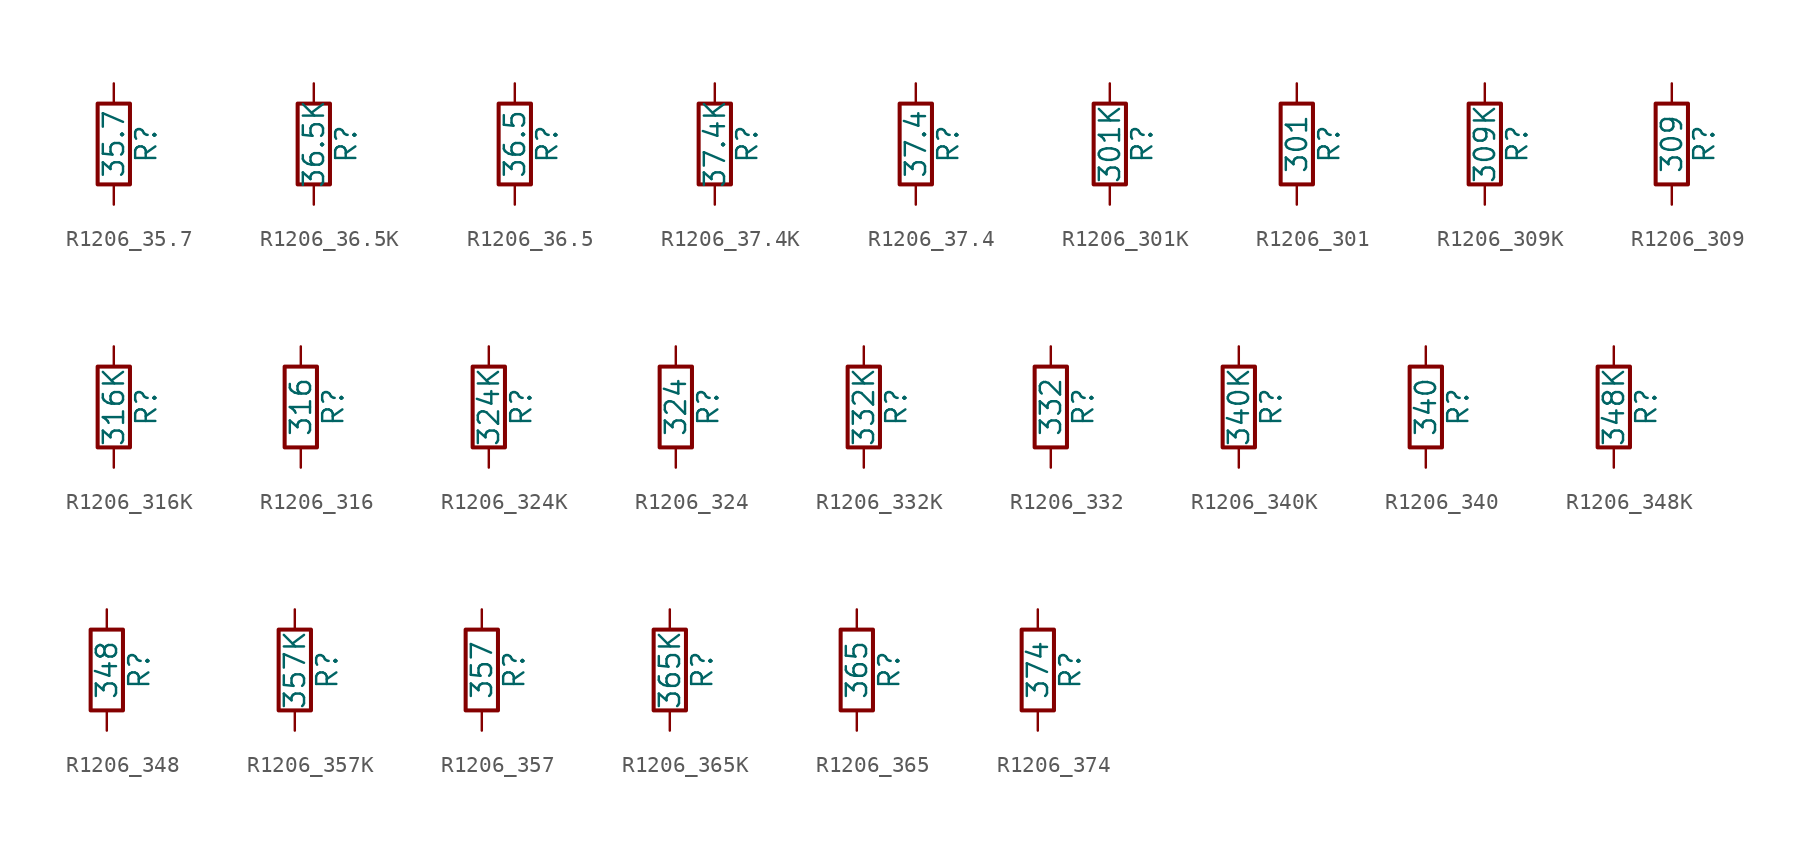
<source format=kicad_sym>
(kicad_symbol_lib
  (version 20211014)
  (generator atlantix-eda)
  (symbol "R1206_35.7"
    (pin_numbers hide)
    (pin_names
      (offset 0))
    (property "Reference" "R"
      (at 2.032 0 90)
      (effects (font (size 1.27 1.27))))
    (property "Value" "35.7"
      (at 0 0 90)
      (effects (font (size 1.27 1.27))))
    (symbol "R1206_35.7_0_1"
      (rectangle (start -1.016 -2.54) (end 1.016 2.54) (stroke (width 0.254) (type default) (color 0 0 0 0)) (fill (type none))))
    (symbol "R1206_35.7_1_1"
      (pin passive line (at 0 3.81 270) (length 1.27) (name "~" (effects (font (size 1.27 1.27)))) (number "1" (effects (font (size 1.27 1.27)))))
      (pin passive line (at 0 -3.81 90) (length 1.27) (name "~" (effects (font (size 1.27 1.27)))) (number "2" (effects (font (size 1.27 1.27)))))))
  (symbol "R1206_36.5K"
    (pin_numbers hide)
    (pin_names
      (offset 0))
    (property "Reference" "R"
      (at 2.032 0 90)
      (effects (font (size 1.27 1.27))))
    (property "Value" "36.5K"
      (at 0 0 90)
      (effects (font (size 1.27 1.27))))
    (symbol "R1206_36.5K_0_1"
      (rectangle (start -1.016 -2.54) (end 1.016 2.54) (stroke (width 0.254) (type default) (color 0 0 0 0)) (fill (type none))))
    (symbol "R1206_36.5K_1_1"
      (pin passive line (at 0 3.81 270) (length 1.27) (name "~" (effects (font (size 1.27 1.27)))) (number "1" (effects (font (size 1.27 1.27)))))
      (pin passive line (at 0 -3.81 90) (length 1.27) (name "~" (effects (font (size 1.27 1.27)))) (number "2" (effects (font (size 1.27 1.27)))))))
  (symbol "R1206_36.5"
    (pin_numbers hide)
    (pin_names
      (offset 0))
    (property "Reference" "R"
      (at 2.032 0 90)
      (effects (font (size 1.27 1.27))))
    (property "Value" "36.5"
      (at 0 0 90)
      (effects (font (size 1.27 1.27))))
    (symbol "R1206_36.5_0_1"
      (rectangle (start -1.016 -2.54) (end 1.016 2.54) (stroke (width 0.254) (type default) (color 0 0 0 0)) (fill (type none))))
    (symbol "R1206_36.5_1_1"
      (pin passive line (at 0 3.81 270) (length 1.27) (name "~" (effects (font (size 1.27 1.27)))) (number "1" (effects (font (size 1.27 1.27)))))
      (pin passive line (at 0 -3.81 90) (length 1.27) (name "~" (effects (font (size 1.27 1.27)))) (number "2" (effects (font (size 1.27 1.27)))))))
  (symbol "R1206_37.4K"
    (pin_numbers hide)
    (pin_names
      (offset 0))
    (property "Reference" "R"
      (at 2.032 0 90)
      (effects (font (size 1.27 1.27))))
    (property "Value" "37.4K"
      (at 0 0 90)
      (effects (font (size 1.27 1.27))))
    (symbol "R1206_37.4K_0_1"
      (rectangle (start -1.016 -2.54) (end 1.016 2.54) (stroke (width 0.254) (type default) (color 0 0 0 0)) (fill (type none))))
    (symbol "R1206_37.4K_1_1"
      (pin passive line (at 0 3.81 270) (length 1.27) (name "~" (effects (font (size 1.27 1.27)))) (number "1" (effects (font (size 1.27 1.27)))))
      (pin passive line (at 0 -3.81 90) (length 1.27) (name "~" (effects (font (size 1.27 1.27)))) (number "2" (effects (font (size 1.27 1.27)))))))
  (symbol "R1206_37.4"
    (pin_numbers hide)
    (pin_names
      (offset 0))
    (property "Reference" "R"
      (at 2.032 0 90)
      (effects (font (size 1.27 1.27))))
    (property "Value" "37.4"
      (at 0 0 90)
      (effects (font (size 1.27 1.27))))
    (symbol "R1206_37.4_0_1"
      (rectangle (start -1.016 -2.54) (end 1.016 2.54) (stroke (width 0.254) (type default) (color 0 0 0 0)) (fill (type none))))
    (symbol "R1206_37.4_1_1"
      (pin passive line (at 0 3.81 270) (length 1.27) (name "~" (effects (font (size 1.27 1.27)))) (number "1" (effects (font (size 1.27 1.27)))))
      (pin passive line (at 0 -3.81 90) (length 1.27) (name "~" (effects (font (size 1.27 1.27)))) (number "2" (effects (font (size 1.27 1.27)))))))
  (symbol "R1206_301K"
    (pin_numbers hide)
    (pin_names
      (offset 0))
    (property "Reference" "R"
      (at 2.032 0 90)
      (effects (font (size 1.27 1.27))))
    (property "Value" "301K"
      (at 0 0 90)
      (effects (font (size 1.27 1.27))))
    (symbol "R1206_301K_0_1"
      (rectangle (start -1.016 -2.54) (end 1.016 2.54) (stroke (width 0.254) (type default) (color 0 0 0 0)) (fill (type none))))
    (symbol "R1206_301K_1_1"
      (pin passive line (at 0 3.81 270) (length 1.27) (name "~" (effects (font (size 1.27 1.27)))) (number "1" (effects (font (size 1.27 1.27)))))
      (pin passive line (at 0 -3.81 90) (length 1.27) (name "~" (effects (font (size 1.27 1.27)))) (number "2" (effects (font (size 1.27 1.27)))))))
  (symbol "R1206_301"
    (pin_numbers hide)
    (pin_names
      (offset 0))
    (property "Reference" "R"
      (at 2.032 0 90)
      (effects (font (size 1.27 1.27))))
    (property "Value" "301"
      (at 0 0 90)
      (effects (font (size 1.27 1.27))))
    (symbol "R1206_301_0_1"
      (rectangle (start -1.016 -2.54) (end 1.016 2.54) (stroke (width 0.254) (type default) (color 0 0 0 0)) (fill (type none))))
    (symbol "R1206_301_1_1"
      (pin passive line (at 0 3.81 270) (length 1.27) (name "~" (effects (font (size 1.27 1.27)))) (number "1" (effects (font (size 1.27 1.27)))))
      (pin passive line (at 0 -3.81 90) (length 1.27) (name "~" (effects (font (size 1.27 1.27)))) (number "2" (effects (font (size 1.27 1.27)))))))
  (symbol "R1206_309K"
    (pin_numbers hide)
    (pin_names
      (offset 0))
    (property "Reference" "R"
      (at 2.032 0 90)
      (effects (font (size 1.27 1.27))))
    (property "Value" "309K"
      (at 0 0 90)
      (effects (font (size 1.27 1.27))))
    (symbol "R1206_309K_0_1"
      (rectangle (start -1.016 -2.54) (end 1.016 2.54) (stroke (width 0.254) (type default) (color 0 0 0 0)) (fill (type none))))
    (symbol "R1206_309K_1_1"
      (pin passive line (at 0 3.81 270) (length 1.27) (name "~" (effects (font (size 1.27 1.27)))) (number "1" (effects (font (size 1.27 1.27)))))
      (pin passive line (at 0 -3.81 90) (length 1.27) (name "~" (effects (font (size 1.27 1.27)))) (number "2" (effects (font (size 1.27 1.27)))))))
  (symbol "R1206_309"
    (pin_numbers hide)
    (pin_names
      (offset 0))
    (property "Reference" "R"
      (at 2.032 0 90)
      (effects (font (size 1.27 1.27))))
    (property "Value" "309"
      (at 0 0 90)
      (effects (font (size 1.27 1.27))))
    (symbol "R1206_309_0_1"
      (rectangle (start -1.016 -2.54) (end 1.016 2.54) (stroke (width 0.254) (type default) (color 0 0 0 0)) (fill (type none))))
    (symbol "R1206_309_1_1"
      (pin passive line (at 0 3.81 270) (length 1.27) (name "~" (effects (font (size 1.27 1.27)))) (number "1" (effects (font (size 1.27 1.27)))))
      (pin passive line (at 0 -3.81 90) (length 1.27) (name "~" (effects (font (size 1.27 1.27)))) (number "2" (effects (font (size 1.27 1.27)))))))
  (symbol "R1206_316K"
    (pin_numbers hide)
    (pin_names
      (offset 0))
    (property "Reference" "R"
      (at 2.032 0 90)
      (effects (font (size 1.27 1.27))))
    (property "Value" "316K"
      (at 0 0 90)
      (effects (font (size 1.27 1.27))))
    (symbol "R1206_316K_0_1"
      (rectangle (start -1.016 -2.54) (end 1.016 2.54) (stroke (width 0.254) (type default) (color 0 0 0 0)) (fill (type none))))
    (symbol "R1206_316K_1_1"
      (pin passive line (at 0 3.81 270) (length 1.27) (name "~" (effects (font (size 1.27 1.27)))) (number "1" (effects (font (size 1.27 1.27)))))
      (pin passive line (at 0 -3.81 90) (length 1.27) (name "~" (effects (font (size 1.27 1.27)))) (number "2" (effects (font (size 1.27 1.27)))))))
  (symbol "R1206_316"
    (pin_numbers hide)
    (pin_names
      (offset 0))
    (property "Reference" "R"
      (at 2.032 0 90)
      (effects (font (size 1.27 1.27))))
    (property "Value" "316"
      (at 0 0 90)
      (effects (font (size 1.27 1.27))))
    (symbol "R1206_316_0_1"
      (rectangle (start -1.016 -2.54) (end 1.016 2.54) (stroke (width 0.254) (type default) (color 0 0 0 0)) (fill (type none))))
    (symbol "R1206_316_1_1"
      (pin passive line (at 0 3.81 270) (length 1.27) (name "~" (effects (font (size 1.27 1.27)))) (number "1" (effects (font (size 1.27 1.27)))))
      (pin passive line (at 0 -3.81 90) (length 1.27) (name "~" (effects (font (size 1.27 1.27)))) (number "2" (effects (font (size 1.27 1.27)))))))
  (symbol "R1206_324K"
    (pin_numbers hide)
    (pin_names
      (offset 0))
    (property "Reference" "R"
      (at 2.032 0 90)
      (effects (font (size 1.27 1.27))))
    (property "Value" "324K"
      (at 0 0 90)
      (effects (font (size 1.27 1.27))))
    (symbol "R1206_324K_0_1"
      (rectangle (start -1.016 -2.54) (end 1.016 2.54) (stroke (width 0.254) (type default) (color 0 0 0 0)) (fill (type none))))
    (symbol "R1206_324K_1_1"
      (pin passive line (at 0 3.81 270) (length 1.27) (name "~" (effects (font (size 1.27 1.27)))) (number "1" (effects (font (size 1.27 1.27)))))
      (pin passive line (at 0 -3.81 90) (length 1.27) (name "~" (effects (font (size 1.27 1.27)))) (number "2" (effects (font (size 1.27 1.27)))))))
  (symbol "R1206_324"
    (pin_numbers hide)
    (pin_names
      (offset 0))
    (property "Reference" "R"
      (at 2.032 0 90)
      (effects (font (size 1.27 1.27))))
    (property "Value" "324"
      (at 0 0 90)
      (effects (font (size 1.27 1.27))))
    (symbol "R1206_324_0_1"
      (rectangle (start -1.016 -2.54) (end 1.016 2.54) (stroke (width 0.254) (type default) (color 0 0 0 0)) (fill (type none))))
    (symbol "R1206_324_1_1"
      (pin passive line (at 0 3.81 270) (length 1.27) (name "~" (effects (font (size 1.27 1.27)))) (number "1" (effects (font (size 1.27 1.27)))))
      (pin passive line (at 0 -3.81 90) (length 1.27) (name "~" (effects (font (size 1.27 1.27)))) (number "2" (effects (font (size 1.27 1.27)))))))
  (symbol "R1206_332K"
    (pin_numbers hide)
    (pin_names
      (offset 0))
    (property "Reference" "R"
      (at 2.032 0 90)
      (effects (font (size 1.27 1.27))))
    (property "Value" "332K"
      (at 0 0 90)
      (effects (font (size 1.27 1.27))))
    (symbol "R1206_332K_0_1"
      (rectangle (start -1.016 -2.54) (end 1.016 2.54) (stroke (width 0.254) (type default) (color 0 0 0 0)) (fill (type none))))
    (symbol "R1206_332K_1_1"
      (pin passive line (at 0 3.81 270) (length 1.27) (name "~" (effects (font (size 1.27 1.27)))) (number "1" (effects (font (size 1.27 1.27)))))
      (pin passive line (at 0 -3.81 90) (length 1.27) (name "~" (effects (font (size 1.27 1.27)))) (number "2" (effects (font (size 1.27 1.27)))))))
  (symbol "R1206_332"
    (pin_numbers hide)
    (pin_names
      (offset 0))
    (property "Reference" "R"
      (at 2.032 0 90)
      (effects (font (size 1.27 1.27))))
    (property "Value" "332"
      (at 0 0 90)
      (effects (font (size 1.27 1.27))))
    (symbol "R1206_332_0_1"
      (rectangle (start -1.016 -2.54) (end 1.016 2.54) (stroke (width 0.254) (type default) (color 0 0 0 0)) (fill (type none))))
    (symbol "R1206_332_1_1"
      (pin passive line (at 0 3.81 270) (length 1.27) (name "~" (effects (font (size 1.27 1.27)))) (number "1" (effects (font (size 1.27 1.27)))))
      (pin passive line (at 0 -3.81 90) (length 1.27) (name "~" (effects (font (size 1.27 1.27)))) (number "2" (effects (font (size 1.27 1.27)))))))
  (symbol "R1206_340K"
    (pin_numbers hide)
    (pin_names
      (offset 0))
    (property "Reference" "R"
      (at 2.032 0 90)
      (effects (font (size 1.27 1.27))))
    (property "Value" "340K"
      (at 0 0 90)
      (effects (font (size 1.27 1.27))))
    (symbol "R1206_340K_0_1"
      (rectangle (start -1.016 -2.54) (end 1.016 2.54) (stroke (width 0.254) (type default) (color 0 0 0 0)) (fill (type none))))
    (symbol "R1206_340K_1_1"
      (pin passive line (at 0 3.81 270) (length 1.27) (name "~" (effects (font (size 1.27 1.27)))) (number "1" (effects (font (size 1.27 1.27)))))
      (pin passive line (at 0 -3.81 90) (length 1.27) (name "~" (effects (font (size 1.27 1.27)))) (number "2" (effects (font (size 1.27 1.27)))))))
  (symbol "R1206_340"
    (pin_numbers hide)
    (pin_names
      (offset 0))
    (property "Reference" "R"
      (at 2.032 0 90)
      (effects (font (size 1.27 1.27))))
    (property "Value" "340"
      (at 0 0 90)
      (effects (font (size 1.27 1.27))))
    (symbol "R1206_340_0_1"
      (rectangle (start -1.016 -2.54) (end 1.016 2.54) (stroke (width 0.254) (type default) (color 0 0 0 0)) (fill (type none))))
    (symbol "R1206_340_1_1"
      (pin passive line (at 0 3.81 270) (length 1.27) (name "~" (effects (font (size 1.27 1.27)))) (number "1" (effects (font (size 1.27 1.27)))))
      (pin passive line (at 0 -3.81 90) (length 1.27) (name "~" (effects (font (size 1.27 1.27)))) (number "2" (effects (font (size 1.27 1.27)))))))
  (symbol "R1206_348K"
    (pin_numbers hide)
    (pin_names
      (offset 0))
    (property "Reference" "R"
      (at 2.032 0 90)
      (effects (font (size 1.27 1.27))))
    (property "Value" "348K"
      (at 0 0 90)
      (effects (font (size 1.27 1.27))))
    (symbol "R1206_348K_0_1"
      (rectangle (start -1.016 -2.54) (end 1.016 2.54) (stroke (width 0.254) (type default) (color 0 0 0 0)) (fill (type none))))
    (symbol "R1206_348K_1_1"
      (pin passive line (at 0 3.81 270) (length 1.27) (name "~" (effects (font (size 1.27 1.27)))) (number "1" (effects (font (size 1.27 1.27)))))
      (pin passive line (at 0 -3.81 90) (length 1.27) (name "~" (effects (font (size 1.27 1.27)))) (number "2" (effects (font (size 1.27 1.27)))))))
  (symbol "R1206_348"
    (pin_numbers hide)
    (pin_names
      (offset 0))
    (property "Reference" "R"
      (at 2.032 0 90)
      (effects (font (size 1.27 1.27))))
    (property "Value" "348"
      (at 0 0 90)
      (effects (font (size 1.27 1.27))))
    (symbol "R1206_348_0_1"
      (rectangle (start -1.016 -2.54) (end 1.016 2.54) (stroke (width 0.254) (type default) (color 0 0 0 0)) (fill (type none))))
    (symbol "R1206_348_1_1"
      (pin passive line (at 0 3.81 270) (length 1.27) (name "~" (effects (font (size 1.27 1.27)))) (number "1" (effects (font (size 1.27 1.27)))))
      (pin passive line (at 0 -3.81 90) (length 1.27) (name "~" (effects (font (size 1.27 1.27)))) (number "2" (effects (font (size 1.27 1.27)))))))
  (symbol "R1206_357K"
    (pin_numbers hide)
    (pin_names
      (offset 0))
    (property "Reference" "R"
      (at 2.032 0 90)
      (effects (font (size 1.27 1.27))))
    (property "Value" "357K"
      (at 0 0 90)
      (effects (font (size 1.27 1.27))))
    (symbol "R1206_357K_0_1"
      (rectangle (start -1.016 -2.54) (end 1.016 2.54) (stroke (width 0.254) (type default) (color 0 0 0 0)) (fill (type none))))
    (symbol "R1206_357K_1_1"
      (pin passive line (at 0 3.81 270) (length 1.27) (name "~" (effects (font (size 1.27 1.27)))) (number "1" (effects (font (size 1.27 1.27)))))
      (pin passive line (at 0 -3.81 90) (length 1.27) (name "~" (effects (font (size 1.27 1.27)))) (number "2" (effects (font (size 1.27 1.27)))))))
  (symbol "R1206_357"
    (pin_numbers hide)
    (pin_names
      (offset 0))
    (property "Reference" "R"
      (at 2.032 0 90)
      (effects (font (size 1.27 1.27))))
    (property "Value" "357"
      (at 0 0 90)
      (effects (font (size 1.27 1.27))))
    (symbol "R1206_357_0_1"
      (rectangle (start -1.016 -2.54) (end 1.016 2.54) (stroke (width 0.254) (type default) (color 0 0 0 0)) (fill (type none))))
    (symbol "R1206_357_1_1"
      (pin passive line (at 0 3.81 270) (length 1.27) (name "~" (effects (font (size 1.27 1.27)))) (number "1" (effects (font (size 1.27 1.27)))))
      (pin passive line (at 0 -3.81 90) (length 1.27) (name "~" (effects (font (size 1.27 1.27)))) (number "2" (effects (font (size 1.27 1.27)))))))
  (symbol "R1206_365K"
    (pin_numbers hide)
    (pin_names
      (offset 0))
    (property "Reference" "R"
      (at 2.032 0 90)
      (effects (font (size 1.27 1.27))))
    (property "Value" "365K"
      (at 0 0 90)
      (effects (font (size 1.27 1.27))))
    (symbol "R1206_365K_0_1"
      (rectangle (start -1.016 -2.54) (end 1.016 2.54) (stroke (width 0.254) (type default) (color 0 0 0 0)) (fill (type none))))
    (symbol "R1206_365K_1_1"
      (pin passive line (at 0 3.81 270) (length 1.27) (name "~" (effects (font (size 1.27 1.27)))) (number "1" (effects (font (size 1.27 1.27)))))
      (pin passive line (at 0 -3.81 90) (length 1.27) (name "~" (effects (font (size 1.27 1.27)))) (number "2" (effects (font (size 1.27 1.27)))))))
  (symbol "R1206_365"
    (pin_numbers hide)
    (pin_names
      (offset 0))
    (property "Reference" "R"
      (at 2.032 0 90)
      (effects (font (size 1.27 1.27))))
    (property "Value" "365"
      (at 0 0 90)
      (effects (font (size 1.27 1.27))))
    (symbol "R1206_365_0_1"
      (rectangle (start -1.016 -2.54) (end 1.016 2.54) (stroke (width 0.254) (type default) (color 0 0 0 0)) (fill (type none))))
    (symbol "R1206_365_1_1"
      (pin passive line (at 0 3.81 270) (length 1.27) (name "~" (effects (font (size 1.27 1.27)))) (number "1" (effects (font (size 1.27 1.27)))))
      (pin passive line (at 0 -3.81 90) (length 1.27) (name "~" (effects (font (size 1.27 1.27)))) (number "2" (effects (font (size 1.27 1.27)))))))
  (symbol "R1206_374"
    (pin_numbers hide)
    (pin_names
      (offset 0))
    (property "Reference" "R"
      (at 2.032 0 90)
      (effects (font (size 1.27 1.27))))
    (property "Value" "374"
      (at 0 0 90)
      (effects (font (size 1.27 1.27))))
    (symbol "R1206_374_0_1"
      (rectangle (start -1.016 -2.54) (end 1.016 2.54) (stroke (width 0.254) (type default) (color 0 0 0 0)) (fill (type none))))
    (symbol "R1206_374_1_1"
      (pin passive line (at 0 3.81 270) (length 1.27) (name "~" (effects (font (size 1.27 1.27)))) (number "1" (effects (font (size 1.27 1.27)))))
      (pin passive line (at 0 -3.81 90) (length 1.27) (name "~" (effects (font (size 1.27 1.27)))) (number "2" (effects (font (size 1.27 1.27))))))))
</source>
